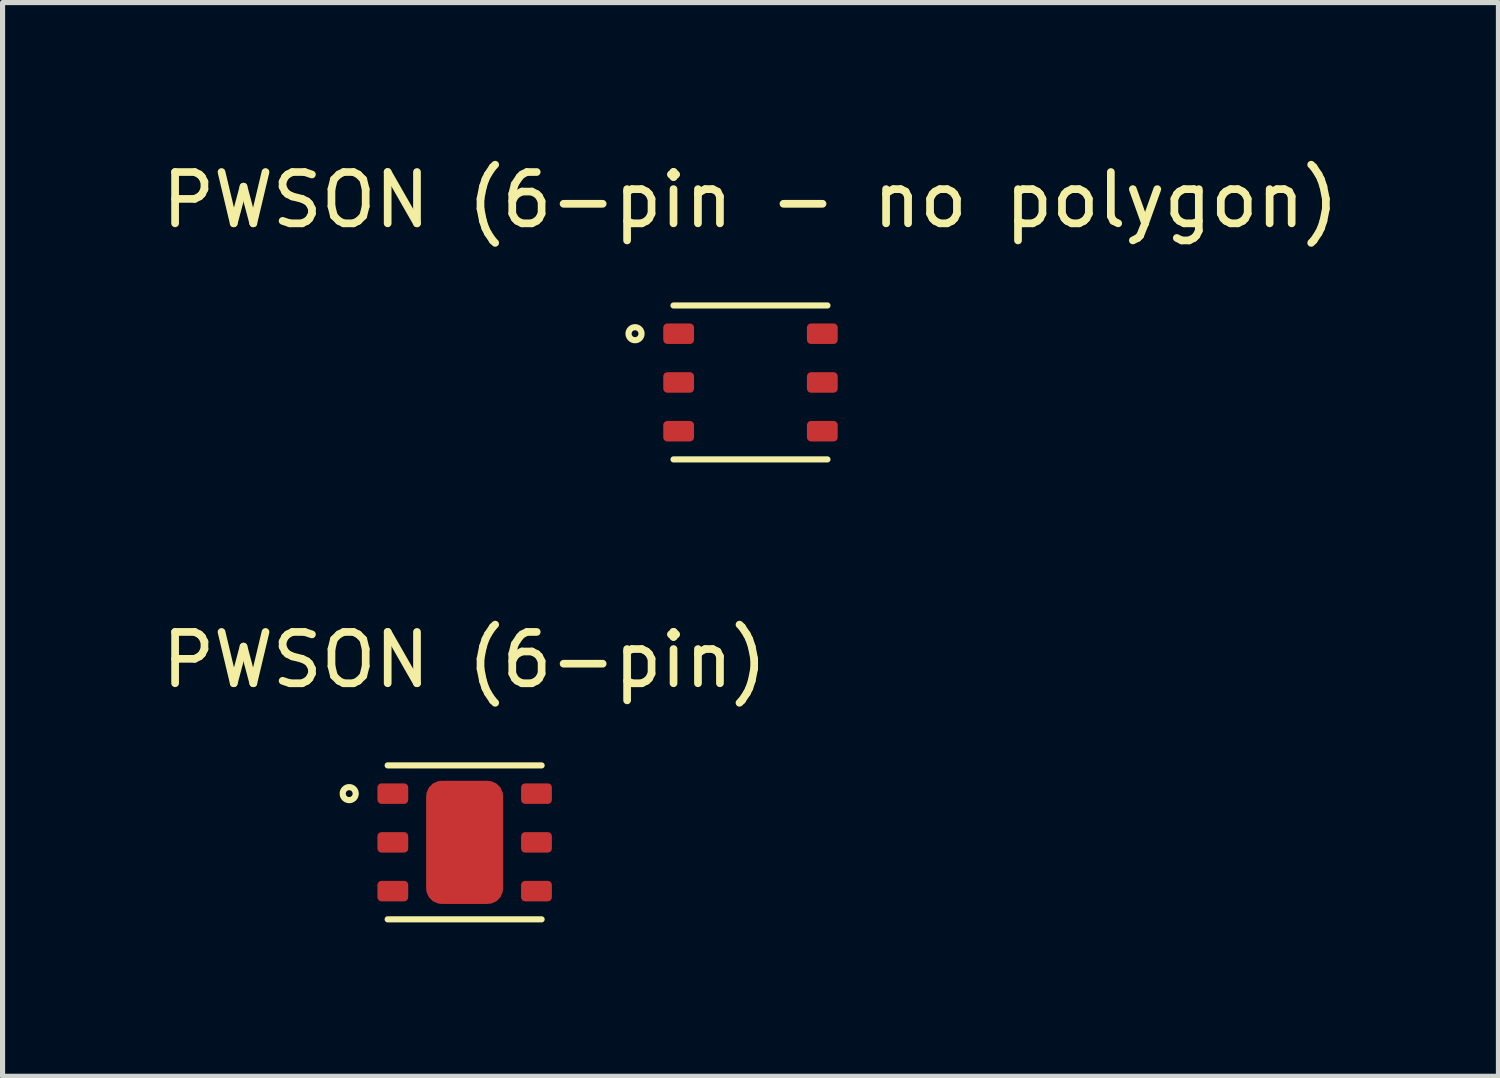
<source format=kicad_pcb>
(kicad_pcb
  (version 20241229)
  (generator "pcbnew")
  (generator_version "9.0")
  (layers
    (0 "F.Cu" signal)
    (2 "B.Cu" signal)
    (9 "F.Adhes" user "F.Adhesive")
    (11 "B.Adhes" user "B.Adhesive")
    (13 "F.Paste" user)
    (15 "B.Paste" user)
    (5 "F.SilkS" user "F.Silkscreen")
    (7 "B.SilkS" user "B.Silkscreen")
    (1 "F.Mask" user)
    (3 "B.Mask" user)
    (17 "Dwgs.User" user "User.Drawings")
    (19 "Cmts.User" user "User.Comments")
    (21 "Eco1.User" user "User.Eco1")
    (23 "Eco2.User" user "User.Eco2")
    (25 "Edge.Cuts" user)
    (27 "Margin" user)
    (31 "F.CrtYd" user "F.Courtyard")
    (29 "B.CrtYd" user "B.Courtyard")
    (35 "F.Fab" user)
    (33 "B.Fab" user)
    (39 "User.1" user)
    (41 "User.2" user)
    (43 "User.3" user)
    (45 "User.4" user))
  (footprint "PWSON (6-pin)"
    (layer "F.Cu")
    (at 6.006 13.368)
    (property "Reference" "PWSON (6-pin)" (at 0 -3.556 0) (unlocked yes) (layer "F.SilkS") (effects (font (size 1 1) (thickness 0.15))))
    (fp_line (start -1.5 -1.5) (end 1.5 -1.5) (stroke (width 0.12) (type solid)) (layer "F.SilkS"))
    (fp_line (start 1.5 1.5) (end -1.5 1.5) (stroke (width 0.12) (type solid)) (layer "F.SilkS"))
    (fp_circle (center -2.25 -0.95) (end -2.123 -0.95) (stroke (width 0.12) (type solid)) (fill no) (layer "F.SilkS"))
    (pad "1" smd roundrect (at -1.4 -0.95) (size 0.6 0.4) (layers "F.Cu" "F.Mask" "F.Paste") (roundrect_rratio 0.2))
    (pad "2" smd roundrect (at -1.4 0) (size 0.6 0.4) (layers "F.Cu" "F.Mask" "F.Paste") (roundrect_rratio 0.2))
    (pad "3" smd roundrect (at -1.4 0.95) (size 0.6 0.4) (layers "F.Cu" "F.Mask" "F.Paste") (roundrect_rratio 0.2))
    (pad "4" smd roundrect (at 1.4 0.95) (size 0.6 0.4) (layers "F.Cu" "F.Mask" "F.Paste") (roundrect_rratio 0.2))
    (pad "5" smd roundrect (at 1.4 0) (size 0.6 0.4) (layers "F.Cu" "F.Mask" "F.Paste") (roundrect_rratio 0.2))
    (pad "6" smd roundrect (at 1.4 -0.95) (size 0.6 0.4) (layers "F.Cu" "F.Mask" "F.Paste") (roundrect_rratio 0.2))
    (pad "7" smd roundrect (at 0 0) (size 1.5 2.4) (layers "F.Cu" "F.Mask" "F.Paste") (roundrect_rratio 0.2)))
  (footprint "PWSON (6-pin - no polygon)"
    (layer "F.Cu")
    (at 11.577 4.404)
    (property "Reference" "PWSON (6-pin - no polygon)" (at 0 -3.556 0) (unlocked yes) (layer "F.SilkS") (effects (font (size 1 1) (thickness 0.15))))
    (fp_line (start -1.5 -1.5) (end 1.5 -1.5) (stroke (width 0.12) (type solid)) (layer "F.SilkS"))
    (fp_line (start 1.5 1.5) (end -1.5 1.5) (stroke (width 0.12) (type solid)) (layer "F.SilkS"))
    (fp_circle (center -2.25 -0.95) (end -2.123 -0.95) (stroke (width 0.12) (type solid)) (fill no) (layer "F.SilkS"))
    (pad "1" smd roundrect (at -1.4 -0.95) (size 0.6 0.4) (layers "F.Cu" "F.Mask" "F.Paste") (roundrect_rratio 0.2))
    (pad "2" smd roundrect (at -1.4 0) (size 0.6 0.4) (layers "F.Cu" "F.Mask" "F.Paste") (roundrect_rratio 0.2))
    (pad "3" smd roundrect (at -1.4 0.95) (size 0.6 0.4) (layers "F.Cu" "F.Mask" "F.Paste") (roundrect_rratio 0.2))
    (pad "4" smd roundrect (at 1.4 0.95) (size 0.6 0.4) (layers "F.Cu" "F.Mask" "F.Paste") (roundrect_rratio 0.2))
    (pad "5" smd roundrect (at 1.4 0) (size 0.6 0.4) (layers "F.Cu" "F.Mask" "F.Paste") (roundrect_rratio 0.2))
    (pad "6" smd roundrect (at 1.4 -0.95) (size 0.6 0.4) (layers "F.Cu" "F.Mask" "F.Paste") (roundrect_rratio 0.2)))
  (gr_rect
    (start -3 -3)
    (end 26.155 17.928)
    (stroke (width 0.1) (type default))
    (fill no)
    (layer "Edge.Cuts")))
</source>
